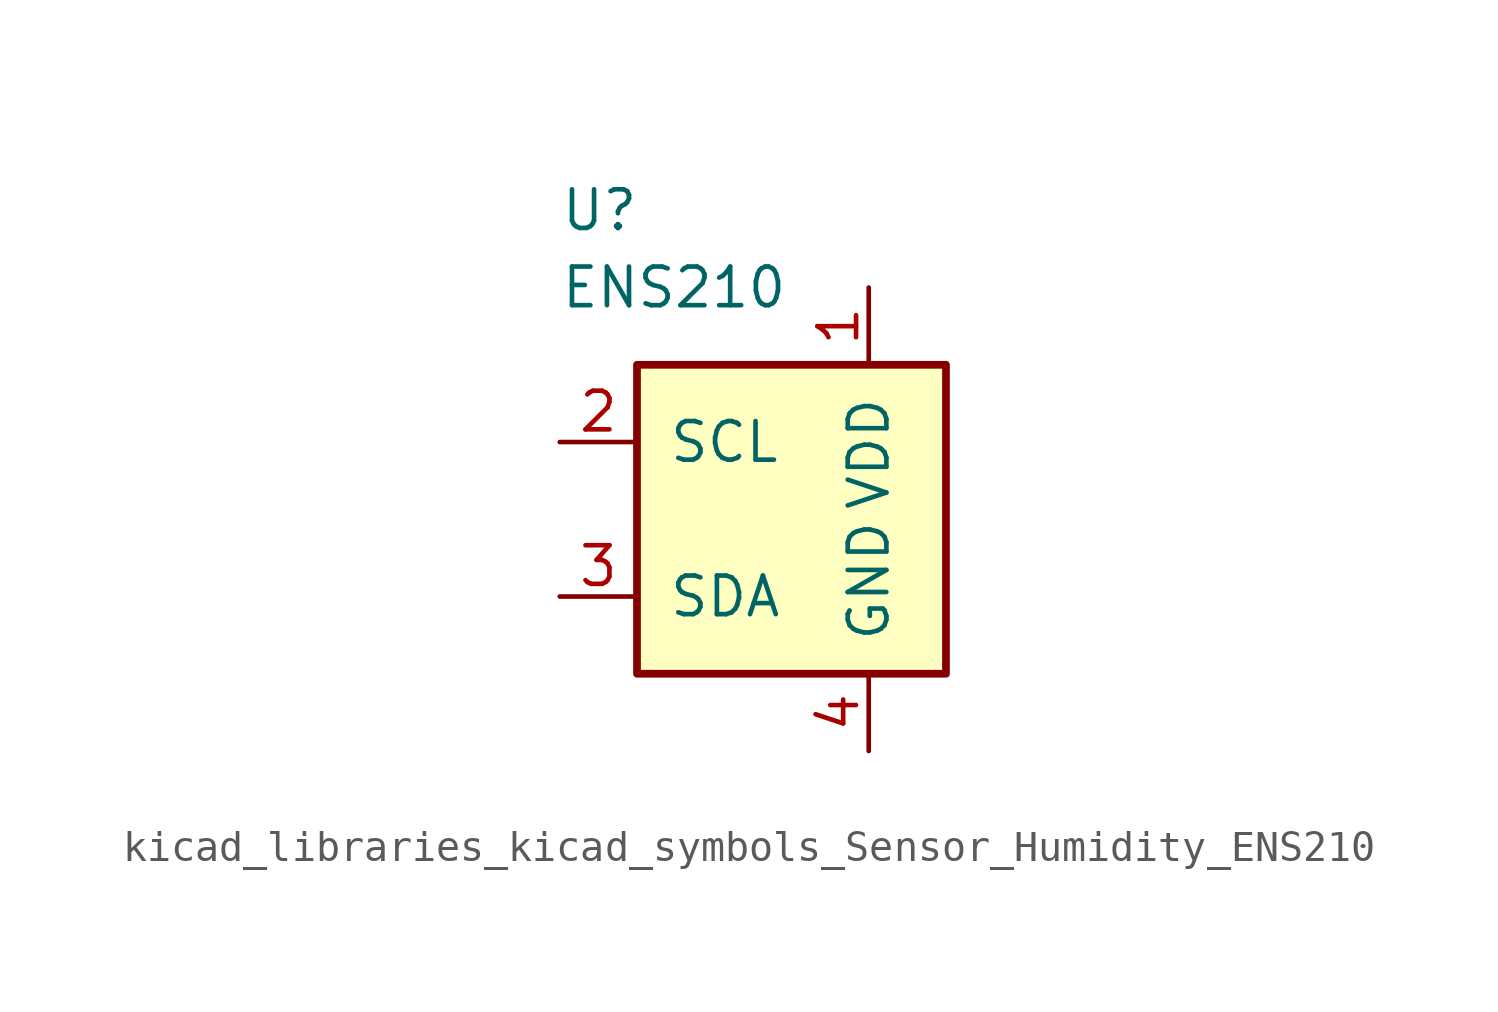
<source format=kicad_sym>
(kicad_symbol_lib
  (version 20220914)
  (generator kicad_symbol_editor)
  (symbol "kicad_libraries_kicad_symbols_Sensor_Humidity_ENS210"
    (pin_names
      (offset 1.016))
    (property "Reference" "U"
      (at -7.62 10.16 0)
      (effects (font (size 1.27 1.27)) (justify left)))
    (property "Value" "ENS210"
      (at -7.62 7.62 0)
      (effects (font (size 1.27 1.27)) (justify left)))
    (symbol "kicad_libraries_kicad_symbols_Sensor_Humidity_ENS210_0_1"
      (rectangle (start -5.08 5.08) (end 5.08 -5.08) (stroke (width 0.254) (type default)) (fill (type background))))
    (symbol "kicad_libraries_kicad_symbols_Sensor_Humidity_ENS210_1_1"
      (pin power_in line (at 2.54 7.62 270) (length 2.54) (name "VDD" (effects (font (size 1.27 1.27)))) (number "1" (effects (font (size 1.27 1.27)))))
      (pin input line (at -7.62 2.54 0) (length 2.54) (name "SCL" (effects (font (size 1.27 1.27)))) (number "2" (effects (font (size 1.27 1.27)))))
      (pin bidirectional line (at -7.62 -2.54 0) (length 2.54) (name "SDA" (effects (font (size 1.27 1.27)))) (number "3" (effects (font (size 1.27 1.27)))))
      (pin power_in line (at 2.54 -7.62 90) (length 2.54) (name "GND" (effects (font (size 1.27 1.27)))) (number "4" (effects (font (size 1.27 1.27)))))
      (pin passive line (at 2.54 -7.62 90) (length 2.54) hide (name "GND" (effects (font (size 1.27 1.27)))) (number "5" (effects (font (size 1.27 1.27))))))))
</source>
